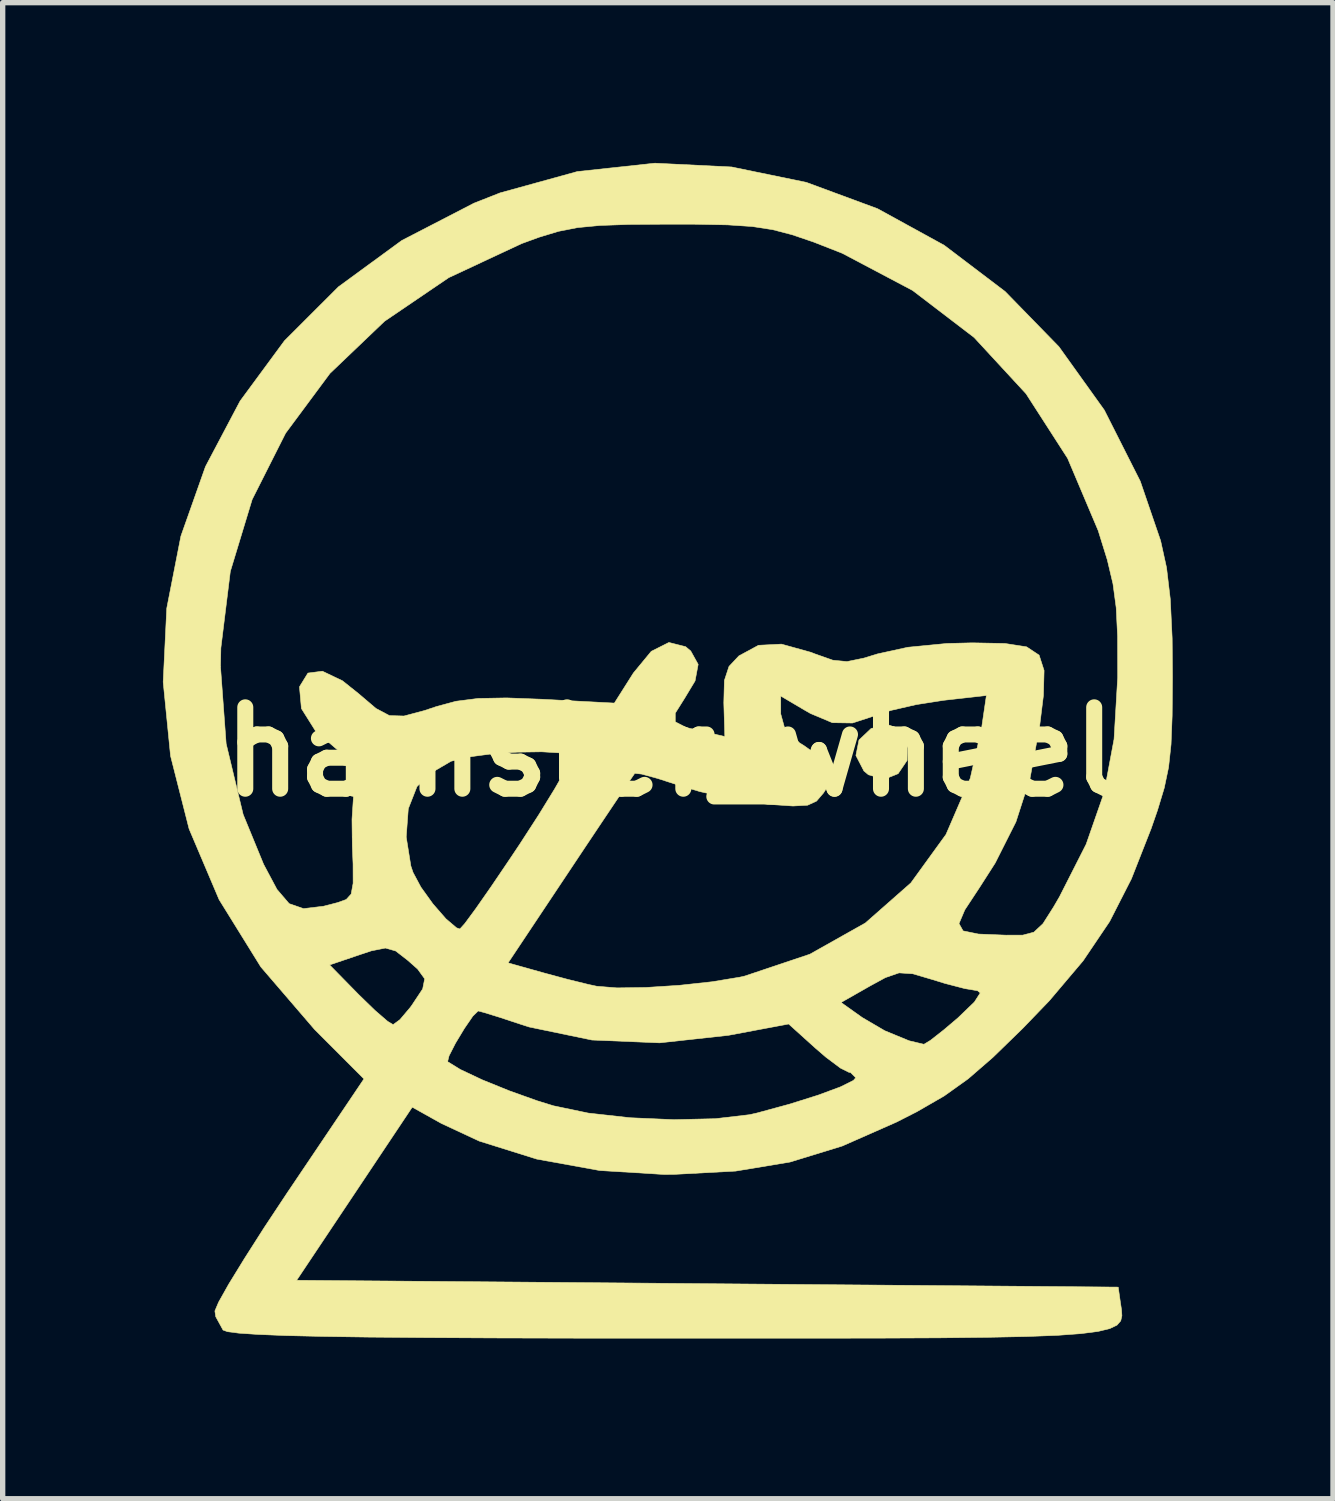
<source format=kicad_pcb>
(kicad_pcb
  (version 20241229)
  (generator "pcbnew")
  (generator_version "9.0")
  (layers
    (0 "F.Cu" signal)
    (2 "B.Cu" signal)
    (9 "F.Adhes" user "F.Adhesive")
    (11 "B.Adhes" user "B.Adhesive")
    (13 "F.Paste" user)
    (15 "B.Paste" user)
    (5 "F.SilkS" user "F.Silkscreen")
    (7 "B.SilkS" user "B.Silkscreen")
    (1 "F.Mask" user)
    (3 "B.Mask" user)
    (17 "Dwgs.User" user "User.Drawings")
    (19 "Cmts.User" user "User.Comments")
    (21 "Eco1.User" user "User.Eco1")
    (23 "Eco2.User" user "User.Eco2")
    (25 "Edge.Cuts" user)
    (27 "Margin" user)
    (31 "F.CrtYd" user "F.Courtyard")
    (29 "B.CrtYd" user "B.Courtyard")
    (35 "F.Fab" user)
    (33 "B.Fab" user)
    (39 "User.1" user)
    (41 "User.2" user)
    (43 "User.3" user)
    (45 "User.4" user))
  (footprint "hamster_wheel"
    (layer "F.Cu")
    (at 9.525 11.027)
    (property "Reference" "hamster_wheel" (at 0 0 0) (layer "F.SilkS") (effects (font (size 1.524 1.524) (thickness 0.3))))
    (attr through_hole)
    (fp_poly (pts (xy 4.303 -0.418) (xy 4.415 -0.19) (xy 4.408 0.159) (xy 4.239 0.408) (xy 3.975 0.513) (xy 3.684 0.428) (xy 3.599 0.357) (xy 3.449 0.067) (xy 3.507 -0.223) (xy 3.735 -0.439) (xy 4.044 -0.511) (xy 4.303 -0.418)) (stroke (width 0.01) (type solid)) (fill yes) (layer "F.SilkS"))
    (fp_poly (pts (xy 1.122 -10.951) (xy 2.52 -10.663) (xy 3.854 -10.17) (xy 5.102 -9.485) (xy 6.242 -8.62) (xy 7.249 -7.587) (xy 8.1 -6.399) (xy 8.773 -5.067) (xy 9.154 -3.953) (xy 9.265 -3.448) (xy 9.335 -2.859) (xy 9.37 -2.125) (xy 9.376 -1.404) (xy 9.37 -0.68) (xy 9.349 -0.141) (xy 9.303 0.287) (xy 9.222 0.674) (xy 9.096 1.091) (xy 8.976 1.437) (xy 8.607 2.376) (xy 8.199 3.176) (xy 7.702 3.912) (xy 7.069 4.66) (xy 6.573 5.175) (xy 6.016 5.717) (xy 5.55 6.121) (xy 5.099 6.443) (xy 4.589 6.737) (xy 4.21 6.93) (xy 3.192 7.379) (xy 2.218 7.678) (xy 1.197 7.848) (xy 0.038 7.91) (xy -0.145 7.911) (xy -1.348 7.837) (xy -2.527 7.623) (xy -3.603 7.286) (xy -4.311 6.956) (xy -4.857 6.651) (xy -5.939 8.272) (xy -7.021 9.892) (xy 0.67 9.956) (xy 8.36 10.02) (xy 8.402 10.314) (xy 8.422 10.445) (xy 8.429 10.557) (xy 8.407 10.652) (xy 8.337 10.732) (xy 8.201 10.797) (xy 7.982 10.85) (xy 7.662 10.891) (xy 7.223 10.923) (xy 6.647 10.945) (xy 5.916 10.96) (xy 5.014 10.97) (xy 3.921 10.975) (xy 2.62 10.977) (xy 1.094 10.977) (xy -0.054 10.977) (xy -1.807 10.976) (xy -3.319 10.972) (xy -4.603 10.965) (xy -5.674 10.956) (xy -6.546 10.943) (xy -7.232 10.927) (xy -7.746 10.906) (xy -8.104 10.882) (xy -8.317 10.854) (xy -8.399 10.824) (xy -8.536 10.574) (xy -8.552 10.467) (xy -8.483 10.303) (xy -8.292 9.963) (xy -7.999 9.486) (xy -7.629 8.906) (xy -7.202 8.261) (xy -7.156 8.193) (xy -5.761 6.122) (xy -6.084 5.799) (xy -4.195 5.799) (xy -3.956 5.946) (xy -3.547 6.139) (xy -3.042 6.344) (xy -2.516 6.532) (xy -2.211 6.626) (xy -1.561 6.762) (xy -0.78 6.849) (xy 0.042 6.885) (xy 0.817 6.867) (xy 1.457 6.792) (xy 1.595 6.761) (xy 2.208 6.594) (xy 2.745 6.425) (xy 3.16 6.271) (xy 3.403 6.15) (xy 3.446 6.1) (xy 3.348 6.002) (xy 3.319 5.999) (xy 3.159 5.919) (xy 2.887 5.715) (xy 2.691 5.546) (xy 2.19 5.094) (xy 1.063 5.306) (xy -0.226 5.447) (xy -1.493 5.394) (xy -2.669 5.15) (xy -2.821 5.101) (xy -3.221 4.969) (xy -3.513 4.879) (xy -3.623 4.85) (xy -3.722 4.946) (xy -3.88 5.176) (xy -4.047 5.453) (xy -4.168 5.69) (xy -4.195 5.799) (xy -6.084 5.799) (xy -6.686 5.196) (xy -7.692 4.025) (xy -7.715 3.988) (xy -6.404 3.988) (xy -5.856 4.547) (xy -5.553 4.841) (xy -5.318 5.044) (xy -5.215 5.106) (xy -5.087 5.012) (xy -4.892 4.781) (xy -4.859 4.735) (xy -4.83 4.691) (xy 3.171 4.691) (xy 3.569 4.974) (xy 3.991 5.221) (xy 4.445 5.408) (xy 4.723 5.474) (xy 4.845 5.4) (xy 5.097 5.202) (xy 5.361 4.978) (xy 5.667 4.683) (xy 5.777 4.512) (xy 5.726 4.471) (xy 5.488 4.431) (xy 5.115 4.334) (xy 4.895 4.266) (xy 4.515 4.154) (xy 4.257 4.137) (xy 4.002 4.225) (xy 3.721 4.378) (xy 3.171 4.691) (xy -4.83 4.691) (xy -4.662 4.438) (xy -4.624 4.248) (xy -4.756 4.066) (xy -4.887 3.95) (xy -3.063 3.95) (xy -2.393 4.138) (xy -1.948 4.258) (xy -1.557 4.354) (xy -1.404 4.387) (xy -1.024 4.418) (xy -0.48 4.41) (xy 0.143 4.37) (xy 0.758 4.303) (xy 1.278 4.217) (xy 1.373 4.195) (xy 2.588 3.787) (xy 3.626 3.203) (xy 4.478 2.453) (xy 5.136 1.545) (xy 5.591 0.49) (xy 5.8 -0.432) (xy 5.892 -1.056) (xy 5.09 -0.966) (xy 4.58 -0.886) (xy 4.105 -0.777) (xy 3.851 -0.693) (xy 3.386 -0.541) (xy 3.008 -0.547) (xy 2.597 -0.72) (xy 2.496 -0.778) (xy 2.042 -1.046) (xy 2.042 -0.71) (xy 2.122 -0.419) (xy 2.393 -0.17) (xy 2.478 -0.117) (xy 2.843 0.145) (xy 2.981 0.389) (xy 2.91 0.662) (xy 2.843 0.768) (xy 2.712 0.921) (xy 2.545 0.998) (xy 2.271 1.013) (xy 1.817 0.982) (xy 1.8 0.981) (xy 1.19 0.892) (xy 0.529 0.743) (xy 0.152 0.631) (xy -0.259 0.498) (xy -0.563 0.415) (xy -0.691 0.401) (xy -0.771 0.517) (xy -0.968 0.81) (xy -1.258 1.242) (xy -1.617 1.779) (xy -1.896 2.198) (xy -3.063 3.95) (xy -4.887 3.95) (xy -4.94 3.903) (xy -5.167 3.727) (xy -5.359 3.672) (xy -5.625 3.725) (xy -5.844 3.798) (xy -6.404 3.988) (xy -7.715 3.988) (xy -8.473 2.765) (xy -9.035 1.441) (xy -9.382 0.075) (xy -9.52 -1.309) (xy -9.506 -1.596) (xy -8.447 -1.596) (xy -8.341 -0.153) (xy -8.023 1.171) (xy -7.64 2.104) (xy -7.389 2.575) (xy -7.161 2.841) (xy -6.892 2.934) (xy -6.517 2.889) (xy -6.254 2.821) (xy -6.093 2.763) (xy -6.001 2.662) (xy -5.964 2.46) (xy -5.965 2.099) (xy -5.979 1.764) (xy -5.981 1.593) (xy -4.97 1.593) (xy -4.883 2.136) (xy -4.842 2.257) (xy -4.695 2.532) (xy -4.47 2.845) (xy -4.227 3.124) (xy -4.027 3.294) (xy -3.965 3.315) (xy -3.873 3.213) (xy -3.668 2.935) (xy -3.377 2.518) (xy -3.025 1.998) (xy -2.848 1.733) (xy -2.487 1.175) (xy -2.191 0.693) (xy -1.981 0.326) (xy -1.882 0.113) (xy -1.88 0.077) (xy -2.068 0.02) (xy -2.432 -0.002) (xy -2.897 0.005) (xy -3.385 0.039) (xy -3.82 0.097) (xy -4.127 0.174) (xy -4.136 0.178) (xy -4.49 0.385) (xy -4.762 0.642) (xy -4.77 0.653) (xy -4.931 1.063) (xy -4.97 1.593) (xy -5.981 1.593) (xy -5.985 1.261) (xy -5.957 0.835) (xy -5.902 0.569) (xy -5.894 0.553) (xy -5.845 0.37) (xy -5.952 0.201) (xy -6.194 0.016) (xy -6.668 -0.392) (xy -6.932 -0.812) (xy -6.968 -1.211) (xy -6.965 -1.225) (xy -6.81 -1.476) (xy -6.539 -1.511) (xy -6.164 -1.332) (xy -5.855 -1.085) (xy -5.535 -0.813) (xy -5.284 -0.68) (xy -5.012 -0.672) (xy -4.629 -0.774) (xy -4.408 -0.848) (xy -4.039 -0.948) (xy -3.623 -1.001) (xy -3.091 -1.011) (xy -2.433 -0.986) (xy -1.073 -0.914) (xy -0.716 -1.478) (xy -0.382 -1.883) (xy -0.052 -2.049) (xy 0.261 -1.97) (xy 0.357 -1.889) (xy 0.496 -1.639) (xy 0.438 -1.329) (xy 0.241 -1.002) (xy 0.067 -0.725) (xy 0.067 -0.563) (xy 0.269 -0.459) (xy 0.551 -0.388) (xy 0.995 -0.288) (xy 0.976 -0.921) (xy 0.987 -1.338) (xy 1.073 -1.6) (xy 1.259 -1.798) (xy 1.625 -1.996) (xy 2.055 -2.018) (xy 2.606 -1.865) (xy 2.685 -1.834) (xy 3.017 -1.717) (xy 3.282 -1.691) (xy 3.598 -1.756) (xy 3.851 -1.834) (xy 4.421 -1.959) (xy 5.151 -2.03) (xy 5.626 -2.042) (xy 6.239 -2.03) (xy 6.645 -1.967) (xy 6.879 -1.812) (xy 6.972 -1.524) (xy 6.96 -1.06) (xy 6.889 -0.485) (xy 6.71 0.488) (xy 6.445 1.31) (xy 6.057 2.08) (xy 5.762 2.541) (xy 5.488 2.957) (xy 5.379 3.214) (xy 5.456 3.351) (xy 5.743 3.41) (xy 6.259 3.431) (xy 6.574 3.43) (xy 6.781 3.375) (xy 6.951 3.216) (xy 7.149 2.904) (xy 7.26 2.713) (xy 7.76 1.728) (xy 8.093 0.773) (xy 8.282 -0.238) (xy 8.35 -1.392) (xy 8.35 -1.468) (xy 8.348 -2.169) (xy 8.322 -2.701) (xy 8.262 -3.147) (xy 8.156 -3.594) (xy 7.991 -4.125) (xy 7.987 -4.139) (xy 7.413 -5.496) (xy 6.634 -6.706) (xy 5.662 -7.759) (xy 4.511 -8.639) (xy 3.194 -9.335) (xy 2.659 -9.545) (xy 2.253 -9.683) (xy 1.893 -9.777) (xy 1.512 -9.836) (xy 1.048 -9.867) (xy 0.434 -9.879) (xy -0.064 -9.88) (xy -0.799 -9.875) (xy -1.344 -9.856) (xy -1.762 -9.816) (xy -2.119 -9.746) (xy -2.479 -9.637) (xy -2.808 -9.517) (xy -4.174 -8.879) (xy -5.375 -8.063) (xy -6.398 -7.086) (xy -7.228 -5.967) (xy -7.854 -4.726) (xy -8.263 -3.379) (xy -8.44 -1.946) (xy -8.447 -1.596) (xy -9.506 -1.596) (xy -9.453 -2.689) (xy -9.188 -4.041) (xy -8.728 -5.342) (xy -8.08 -6.569) (xy -7.248 -7.699) (xy -6.238 -8.708) (xy -5.054 -9.574) (xy -3.702 -10.273) (xy -3.212 -10.466) (xy -1.767 -10.865) (xy -0.314 -11.022) (xy 1.122 -10.951)) (stroke (width 0.01) (type solid)) (fill yes) (layer "F.SilkS")))
  (gr_rect
    (start -3 -3)
    (end 21.906 25.009)
    (stroke (width 0.1) (type default))
    (fill no)
    (layer "Edge.Cuts")))
</source>
